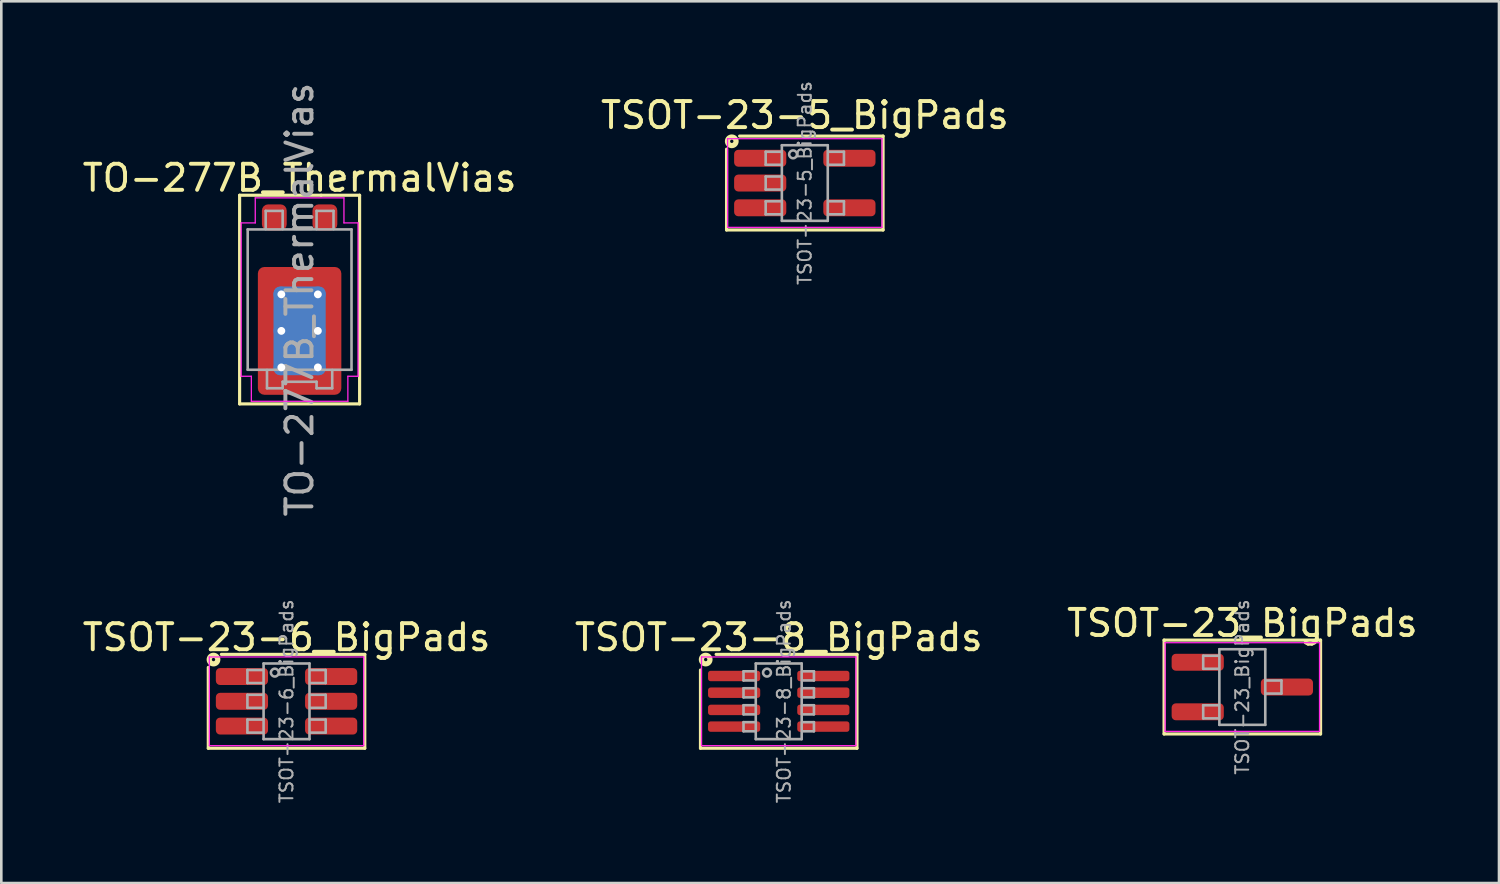
<source format=kicad_pcb>
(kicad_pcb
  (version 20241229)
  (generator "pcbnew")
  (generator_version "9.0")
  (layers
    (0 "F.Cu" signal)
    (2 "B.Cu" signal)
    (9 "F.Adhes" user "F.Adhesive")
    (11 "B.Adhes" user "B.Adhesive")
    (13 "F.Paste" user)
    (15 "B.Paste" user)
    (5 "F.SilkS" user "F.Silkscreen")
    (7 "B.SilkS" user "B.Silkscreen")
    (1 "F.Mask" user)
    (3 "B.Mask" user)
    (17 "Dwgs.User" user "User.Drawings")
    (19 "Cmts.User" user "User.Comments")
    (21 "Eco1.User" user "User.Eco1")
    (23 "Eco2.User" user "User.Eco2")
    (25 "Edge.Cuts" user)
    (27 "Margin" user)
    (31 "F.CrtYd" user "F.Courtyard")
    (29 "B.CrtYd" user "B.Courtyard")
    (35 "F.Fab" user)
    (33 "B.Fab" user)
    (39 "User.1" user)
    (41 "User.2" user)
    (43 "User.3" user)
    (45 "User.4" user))
  (footprint "TSOT-23-8_BigPads"
    (layer "F.Cu")
    (at 26.804 23.836)
    (property "Reference" "TSOT-23-8_BigPads" (at 0 -2.45 0) (layer "F.SilkS") (effects (font (size 1 1) (thickness 0.15))))
    (attr smd)
    (fp_line (start -3 -1.2) (end -3 1.8) (stroke (width 0.12) (type solid)) (layer "F.SilkS"))
    (fp_line (start -3 1.8) (end 3 1.8) (stroke (width 0.12) (type solid)) (layer "F.SilkS"))
    (fp_line (start 3 -1.8) (end -2.4 -1.8) (stroke (width 0.12) (type solid)) (layer "F.SilkS"))
    (fp_line (start 3 1.8) (end 3 -1.8) (stroke (width 0.12) (type solid)) (layer "F.SilkS"))
    (fp_circle (center -2.8 -1.6) (end -2.736 -1.6) (stroke (width 0.2) (type solid)) (fill no) (layer "F.SilkS"))
    (fp_line (start -2.96 -1.7) (end -2.96 1.7) (stroke (width 0.05) (type solid)) (layer "F.CrtYd"))
    (fp_line (start -2.96 -1.7) (end 2.96 -1.7) (stroke (width 0.05) (type solid)) (layer "F.CrtYd"))
    (fp_line (start 2.96 1.7) (end -2.96 1.7) (stroke (width 0.05) (type solid)) (layer "F.CrtYd"))
    (fp_line (start 2.96 1.7) (end 2.96 -1.7) (stroke (width 0.05) (type solid)) (layer "F.CrtYd"))
    (fp_line (start -1.35 -1.15) (end -1.35 -0.8) (stroke (width 0.1) (type solid)) (layer "F.Fab"))
    (fp_line (start -1.35 -0.8) (end -0.9 -0.8) (stroke (width 0.1) (type solid)) (layer "F.Fab"))
    (fp_line (start -1.35 -0.5) (end -1.35 -0.15) (stroke (width 0.1) (type solid)) (layer "F.Fab"))
    (fp_line (start -1.35 -0.15) (end -0.9 -0.15) (stroke (width 0.1) (type solid)) (layer "F.Fab"))
    (fp_line (start -1.35 0.15) (end -1.35 0.5) (stroke (width 0.1) (type solid)) (layer "F.Fab"))
    (fp_line (start -1.35 0.5) (end -0.9 0.5) (stroke (width 0.1) (type solid)) (layer "F.Fab"))
    (fp_line (start -1.35 0.8) (end -1.35 1.15) (stroke (width 0.1) (type solid)) (layer "F.Fab"))
    (fp_line (start -1.35 1.15) (end -0.9 1.15) (stroke (width 0.1) (type solid)) (layer "F.Fab"))
    (fp_line (start -0.9 -1.15) (end -1.35 -1.15) (stroke (width 0.1) (type solid)) (layer "F.Fab"))
    (fp_line (start -0.9 -0.5) (end -1.35 -0.5) (stroke (width 0.1) (type solid)) (layer "F.Fab"))
    (fp_line (start -0.9 0.15) (end -1.35 0.15) (stroke (width 0.1) (type solid)) (layer "F.Fab"))
    (fp_line (start -0.9 0.8) (end -1.35 0.8) (stroke (width 0.1) (type solid)) (layer "F.Fab"))
    (fp_line (start -0.88 -1.45) (end -0.88 1.45) (stroke (width 0.1) (type solid)) (layer "F.Fab"))
    (fp_line (start 0.88 -1.45) (end -0.88 -1.45) (stroke (width 0.1) (type solid)) (layer "F.Fab"))
    (fp_line (start 0.88 -1.45) (end 0.88 1.45) (stroke (width 0.1) (type solid)) (layer "F.Fab"))
    (fp_line (start 0.88 1.45) (end -0.88 1.45) (stroke (width 0.1) (type solid)) (layer "F.Fab"))
    (fp_line (start 0.9 -0.8) (end 1.35 -0.8) (stroke (width 0.1) (type solid)) (layer "F.Fab"))
    (fp_line (start 0.9 -0.15) (end 1.35 -0.15) (stroke (width 0.1) (type solid)) (layer "F.Fab"))
    (fp_line (start 0.9 0.5) (end 1.35 0.5) (stroke (width 0.1) (type solid)) (layer "F.Fab"))
    (fp_line (start 0.9 1.15) (end 1.35 1.15) (stroke (width 0.1) (type solid)) (layer "F.Fab"))
    (fp_line (start 1.35 -1.15) (end 0.9 -1.15) (stroke (width 0.1) (type solid)) (layer "F.Fab"))
    (fp_line (start 1.35 -0.8) (end 1.35 -1.15) (stroke (width 0.1) (type solid)) (layer "F.Fab"))
    (fp_line (start 1.35 -0.5) (end 0.9 -0.5) (stroke (width 0.1) (type solid)) (layer "F.Fab"))
    (fp_line (start 1.35 -0.15) (end 1.35 -0.5) (stroke (width 0.1) (type solid)) (layer "F.Fab"))
    (fp_line (start 1.35 0.15) (end 0.9 0.15) (stroke (width 0.1) (type solid)) (layer "F.Fab"))
    (fp_line (start 1.35 0.5) (end 1.35 0.15) (stroke (width 0.1) (type solid)) (layer "F.Fab"))
    (fp_line (start 1.35 0.8) (end 0.9 0.8) (stroke (width 0.1) (type solid)) (layer "F.Fab"))
    (fp_line (start 1.35 1.15) (end 1.35 0.8) (stroke (width 0.1) (type solid)) (layer "F.Fab"))
    (fp_circle (center -0.45 -1.1) (end -0.3 -1.1) (stroke (width 0.1) (type solid)) (fill no) (layer "F.Fab"))
    (fp_text user "${REFERENCE}" (at 0.2 0 90) (layer "F.Fab") (effects (font (size 0.5 0.5) (thickness 0.075))))
    (pad "1" smd roundrect (at -1.71 -0.97) (size 2 0.4) (layers "F.Cu" "F.Mask" "F.Paste") (roundrect_rratio 0.25))
    (pad "2" smd roundrect (at -1.71 -0.33) (size 2 0.4) (layers "F.Cu" "F.Mask" "F.Paste") (roundrect_rratio 0.25))
    (pad "3" smd roundrect (at -1.71 0.33) (size 2 0.4) (layers "F.Cu" "F.Mask" "F.Paste") (roundrect_rratio 0.25))
    (pad "4" smd roundrect (at -1.71 0.97) (size 2 0.4) (layers "F.Cu" "F.Mask" "F.Paste") (roundrect_rratio 0.25))
    (pad "5" smd roundrect (at 1.71 0.97) (size 2 0.4) (layers "F.Cu" "F.Mask" "F.Paste") (roundrect_rratio 0.25))
    (pad "6" smd roundrect (at 1.71 0.33) (size 2 0.4) (layers "F.Cu" "F.Mask" "F.Paste") (roundrect_rratio 0.25))
    (pad "7" smd roundrect (at 1.71 -0.33) (size 2 0.4) (layers "F.Cu" "F.Mask" "F.Paste") (roundrect_rratio 0.25))
    (pad "8" smd roundrect (at 1.71 -0.97) (size 2 0.4) (layers "F.Cu" "F.Mask" "F.Paste") (roundrect_rratio 0.25)))
  (footprint "TO-277B_ThermalVias"
    (layer "F.Cu")
    (at 8.436 8.435)
    (property "Reference" "TO-277B_ThermalVias" (at -0.002 -4.663 180) (layer "F.SilkS") (effects (font (size 1 1) (thickness 0.15))))
    (attr smd)
    (fp_line (start -2.3 -4) (end -2.3 4) (stroke (width 0.12) (type solid)) (layer "F.SilkS"))
    (fp_line (start -2.3 4) (end 2.3 4) (stroke (width 0.12) (type solid)) (layer "F.SilkS"))
    (fp_line (start 0.824 -4) (end -2.3 -4) (stroke (width 0.12) (type solid)) (layer "F.SilkS"))
    (fp_line (start 2.3 -4) (end 0.824 -4) (stroke (width 0.12) (type solid)) (layer "F.SilkS"))
    (fp_line (start 2.3 4) (end 2.3 -4) (stroke (width 0.12) (type solid)) (layer "F.SilkS"))
    (fp_line (start -2.24 -2.94) (end -2.24 2.94) (stroke (width 0.05) (type solid)) (layer "F.CrtYd"))
    (fp_line (start -2.24 -2.94) (end -1.7 -2.94) (stroke (width 0.05) (type solid)) (layer "F.CrtYd"))
    (fp_line (start -2.24 2.94) (end -1.85 2.94) (stroke (width 0.05) (type solid)) (layer "F.CrtYd"))
    (fp_line (start -1.85 3.9) (end -1.85 2.94) (stroke (width 0.05) (type solid)) (layer "F.CrtYd"))
    (fp_line (start -1.7 -3.9) (end 1.7 -3.9) (stroke (width 0.05) (type solid)) (layer "F.CrtYd"))
    (fp_line (start -1.7 -2.94) (end -1.7 -3.9) (stroke (width 0.05) (type solid)) (layer "F.CrtYd"))
    (fp_line (start 1.7 -2.94) (end 1.7 -3.9) (stroke (width 0.05) (type solid)) (layer "F.CrtYd"))
    (fp_line (start 1.7 -2.94) (end 2.24 -2.94) (stroke (width 0.05) (type solid)) (layer "F.CrtYd"))
    (fp_line (start 1.85 2.94) (end 2.24 2.94) (stroke (width 0.05) (type solid)) (layer "F.CrtYd"))
    (fp_line (start 1.85 3.9) (end -1.85 3.9) (stroke (width 0.05) (type solid)) (layer "F.CrtYd"))
    (fp_line (start 1.85 3.9) (end 1.85 2.94) (stroke (width 0.05) (type solid)) (layer "F.CrtYd"))
    (fp_line (start 2.24 2.94) (end 2.24 -2.94) (stroke (width 0.05) (type solid)) (layer "F.CrtYd"))
    (fp_line (start -1.99 -2.69) (end -1.99 2.69) (stroke (width 0.1) (type solid)) (layer "F.Fab"))
    (fp_line (start -1.99 2.69) (end 1.99 2.69) (stroke (width 0.1) (type solid)) (layer "F.Fab"))
    (fp_line (start -1.3 -3.4) (end -0.65 -3.4) (stroke (width 0.1) (type solid)) (layer "F.Fab"))
    (fp_line (start -1.3 -2.7) (end -1.3 -3.4) (stroke (width 0.1) (type solid)) (layer "F.Fab"))
    (fp_line (start -1.25 2.7) (end -1.25 3.4) (stroke (width 0.1) (type solid)) (layer "F.Fab"))
    (fp_line (start -1.25 3.4) (end -0.65 3.4) (stroke (width 0.1) (type solid)) (layer "F.Fab"))
    (fp_line (start -0.65 -3.4) (end -0.65 -2.7) (stroke (width 0.1) (type solid)) (layer "F.Fab"))
    (fp_line (start -0.65 3.4) (end -0.65 3.15) (stroke (width 0.1) (type solid)) (layer "F.Fab"))
    (fp_line (start 0.65 -3.4) (end 1.3 -3.4) (stroke (width 0.1) (type solid)) (layer "F.Fab"))
    (fp_line (start 0.65 -2.7) (end 0.65 -3.4) (stroke (width 0.1) (type solid)) (layer "F.Fab"))
    (fp_line (start 0.65 3.15) (end -0.65 3.15) (stroke (width 0.1) (type solid)) (layer "F.Fab"))
    (fp_line (start 0.65 3.4) (end 0.65 3.15) (stroke (width 0.1) (type solid)) (layer "F.Fab"))
    (fp_line (start 1.25 2.7) (end 1.25 3.4) (stroke (width 0.1) (type solid)) (layer "F.Fab"))
    (fp_line (start 1.25 3.4) (end 0.65 3.4) (stroke (width 0.1) (type solid)) (layer "F.Fab"))
    (fp_line (start 1.3 -3.4) (end 1.3 -2.7) (stroke (width 0.1) (type solid)) (layer "F.Fab"))
    (fp_line (start 1.99 -2.69) (end -1.99 -2.69) (stroke (width 0.1) (type solid)) (layer "F.Fab"))
    (fp_line (start 1.99 2.69) (end 1.99 -2.69) (stroke (width 0.1) (type solid)) (layer "F.Fab"))
    (fp_text user "${REFERENCE}" (at 0 0 90) (layer "F.Fab") (effects (font (size 1 1) (thickness 0.15))))
    (pad "" smd roundrect (at -1.137 -0.725) (size 0.675 0.85) (layers "F.Paste") (roundrect_rratio 0.25))
    (pad "" smd roundrect (at -1.137 0.5) (size 0.675 1.2) (layers "F.Paste") (roundrect_rratio 0.25))
    (pad "" smd roundrect (at -1.137 1.9) (size 0.675 1.2) (layers "F.Paste") (roundrect_rratio 0.25))
    (pad "" smd roundrect (at -1.137 3.125) (size 0.675 0.85) (layers "F.Paste") (roundrect_rratio 0.25))
    (pad "" smd roundrect (at 0 -0.725) (size 1.2 0.85) (layers "F.Paste") (roundrect_rratio 0.25))
    (pad "" smd roundrect (at 0 0.5) (size 1.2 1.2) (layers "F.Paste") (roundrect_rratio 0.208))
    (pad "" smd roundrect (at 0 1.9) (size 1.2 1.2) (layers "F.Paste") (roundrect_rratio 0.208))
    (pad "" smd roundrect (at 0 3.125) (size 1.2 0.85) (layers "F.Paste") (roundrect_rratio 0.25))
    (pad "" smd roundrect (at 1.137 -0.725) (size 0.675 0.85) (layers "F.Paste") (roundrect_rratio 0.25))
    (pad "" smd roundrect (at 1.137 0.5) (size 0.675 1.2) (layers "F.Paste") (roundrect_rratio 0.25))
    (pad "" smd roundrect (at 1.137 1.9) (size 0.675 1.2) (layers "F.Paste") (roundrect_rratio 0.25))
    (pad "" smd roundrect (at 1.137 3.125) (size 0.675 0.85) (layers "F.Paste") (roundrect_rratio 0.25))
    (pad "1" smd roundrect (at -0.97 -3.15) (size 0.95 1) (layers "F.Cu" "F.Mask" "F.Paste") (roundrect_rratio 0.25))
    (pad "2" smd roundrect (at 0.97 -3.15) (size 0.95 1) (layers "F.Cu" "F.Mask" "F.Paste") (roundrect_rratio 0.25))
    (pad "3" thru_hole circle (at -0.7 -0.2) (size 0.6 0.6) (drill 0.3) (property pad_prop_heatsink) (layers "*.Cu"))
    (pad "3" thru_hole circle (at -0.7 1.2) (size 0.6 0.6) (drill 0.3) (property pad_prop_heatsink) (layers "*.Cu"))
    (pad "3" thru_hole circle (at -0.7 2.6) (size 0.6 0.6) (drill 0.3) (property pad_prop_heatsink) (layers "*.Cu"))
    (pad "3" smd roundrect (at 0 1.2) (size 2 3.4) (layers "B.Cu" "B.Mask") (roundrect_rratio 0.125))
    (pad "3" smd roundrect (at 0 1.2) (size 3.2 4.9) (layers "F.Cu" "F.Mask") (roundrect_rratio 0.078))
    (pad "3" thru_hole circle (at 0.7 -0.2) (size 0.6 0.6) (drill 0.3) (property pad_prop_heatsink) (layers "*.Cu"))
    (pad "3" thru_hole circle (at 0.7 1.2) (size 0.6 0.6) (drill 0.3) (property pad_prop_heatsink) (layers "*.Cu"))
    (pad "3" thru_hole circle (at 0.7 2.6) (size 0.6 0.6) (drill 0.3) (property pad_prop_heatsink) (layers "*.Cu")))
  (footprint "TSOT-23-5_BigPads"
    (layer "F.Cu")
    (at 27.804 3.967)
    (property "Reference" "TSOT-23-5_BigPads" (at 0 -2.599 0) (layer "F.SilkS") (effects (font (size 1 1) (thickness 0.15))))
    (attr smd)
    (fp_line (start -3 -1.3) (end -3 1.8) (stroke (width 0.12) (type solid)) (layer "F.SilkS"))
    (fp_line (start -3 1.8) (end 3 1.8) (stroke (width 0.12) (type solid)) (layer "F.SilkS"))
    (fp_line (start 3 -1.8) (end -2.5 -1.8) (stroke (width 0.12) (type solid)) (layer "F.SilkS"))
    (fp_line (start 3 1.8) (end 3 -1.8) (stroke (width 0.12) (type solid)) (layer "F.SilkS"))
    (fp_circle (center -2.8 -1.6) (end -2.736 -1.6) (stroke (width 0.2) (type solid)) (fill no) (layer "F.SilkS"))
    (fp_line (start -2.96 -1.7) (end -2.96 1.7) (stroke (width 0.05) (type solid)) (layer "F.CrtYd"))
    (fp_line (start -2.96 -1.7) (end 2.96 -1.7) (stroke (width 0.05) (type solid)) (layer "F.CrtYd"))
    (fp_line (start 2.96 1.7) (end -2.96 1.7) (stroke (width 0.05) (type solid)) (layer "F.CrtYd"))
    (fp_line (start 2.96 1.7) (end 2.96 -1.7) (stroke (width 0.05) (type solid)) (layer "F.CrtYd"))
    (fp_line (start -1.5 -1.2) (end -1.5 -0.7) (stroke (width 0.1) (type solid)) (layer "F.Fab"))
    (fp_line (start -1.5 -0.7) (end -0.9 -0.7) (stroke (width 0.1) (type solid)) (layer "F.Fab"))
    (fp_line (start -1.5 -0.25) (end -1.5 0.25) (stroke (width 0.1) (type solid)) (layer "F.Fab"))
    (fp_line (start -1.5 0.25) (end -0.9 0.25) (stroke (width 0.1) (type solid)) (layer "F.Fab"))
    (fp_line (start -1.5 0.7) (end -1.5 1.2) (stroke (width 0.1) (type solid)) (layer "F.Fab"))
    (fp_line (start -1.5 1.2) (end -0.9 1.2) (stroke (width 0.1) (type solid)) (layer "F.Fab"))
    (fp_line (start -0.9 -1.2) (end -1.5 -1.2) (stroke (width 0.1) (type solid)) (layer "F.Fab"))
    (fp_line (start -0.9 -0.25) (end -1.5 -0.25) (stroke (width 0.1) (type solid)) (layer "F.Fab"))
    (fp_line (start -0.9 0.7) (end -1.5 0.7) (stroke (width 0.1) (type solid)) (layer "F.Fab"))
    (fp_line (start -0.88 -1.45) (end -0.88 1.45) (stroke (width 0.1) (type solid)) (layer "F.Fab"))
    (fp_line (start 0.88 -1.45) (end -0.88 -1.45) (stroke (width 0.1) (type solid)) (layer "F.Fab"))
    (fp_line (start 0.88 -1.45) (end 0.88 1.45) (stroke (width 0.1) (type solid)) (layer "F.Fab"))
    (fp_line (start 0.88 1.45) (end -0.88 1.45) (stroke (width 0.1) (type solid)) (layer "F.Fab"))
    (fp_line (start 0.9 -0.7) (end 1.5 -0.7) (stroke (width 0.1) (type solid)) (layer "F.Fab"))
    (fp_line (start 0.9 1.2) (end 1.5 1.2) (stroke (width 0.1) (type solid)) (layer "F.Fab"))
    (fp_line (start 1.5 -1.2) (end 0.9 -1.2) (stroke (width 0.1) (type solid)) (layer "F.Fab"))
    (fp_line (start 1.5 -0.7) (end 1.5 -1.2) (stroke (width 0.1) (type solid)) (layer "F.Fab"))
    (fp_line (start 1.5 0.7) (end 0.9 0.7) (stroke (width 0.1) (type solid)) (layer "F.Fab"))
    (fp_line (start 1.5 1.2) (end 1.5 0.7) (stroke (width 0.1) (type solid)) (layer "F.Fab"))
    (fp_circle (center -0.45 -1.1) (end -0.3 -1.1) (stroke (width 0.1) (type solid)) (fill no) (layer "F.Fab"))
    (fp_text user "${REFERENCE}" (at 0 0 90) (layer "F.Fab") (effects (font (size 0.5 0.5) (thickness 0.075))))
    (pad "1" smd roundrect (at -1.71 -0.95) (size 2 0.65) (layers "F.Cu" "F.Mask" "F.Paste") (roundrect_rratio 0.25))
    (pad "2" smd roundrect (at -1.71 0) (size 2 0.65) (layers "F.Cu" "F.Mask" "F.Paste") (roundrect_rratio 0.25))
    (pad "3" smd roundrect (at -1.71 0.95) (size 2 0.65) (layers "F.Cu" "F.Mask" "F.Paste") (roundrect_rratio 0.25))
    (pad "4" smd roundrect (at 1.71 0.95) (size 2 0.65) (layers "F.Cu" "F.Mask" "F.Paste") (roundrect_rratio 0.25))
    (pad "5" smd roundrect (at 1.71 -0.95) (size 2 0.65) (layers "F.Cu" "F.Mask" "F.Paste") (roundrect_rratio 0.25)))
  (footprint "TSOT-23-6_BigPads"
    (layer "F.Cu")
    (at 7.935 23.836)
    (property "Reference" "TSOT-23-6_BigPads" (at 0 -2.45 0) (layer "F.SilkS") (effects (font (size 1 1) (thickness 0.15))))
    (attr smd)
    (fp_line (start -3 -1.3) (end -3 1.8) (stroke (width 0.12) (type solid)) (layer "F.SilkS"))
    (fp_line (start -3 1.8) (end 3 1.8) (stroke (width 0.12) (type solid)) (layer "F.SilkS"))
    (fp_line (start 3 -1.8) (end -2.5 -1.8) (stroke (width 0.12) (type solid)) (layer "F.SilkS"))
    (fp_line (start 3 1.8) (end 3 -1.8) (stroke (width 0.12) (type solid)) (layer "F.SilkS"))
    (fp_circle (center -2.8 -1.6) (end -2.736 -1.6) (stroke (width 0.2) (type solid)) (fill no) (layer "F.SilkS"))
    (fp_line (start -2.96 -1.7) (end -2.96 1.7) (stroke (width 0.05) (type solid)) (layer "F.CrtYd"))
    (fp_line (start -2.96 -1.7) (end 2.96 -1.7) (stroke (width 0.05) (type solid)) (layer "F.CrtYd"))
    (fp_line (start 2.96 1.7) (end -2.96 1.7) (stroke (width 0.05) (type solid)) (layer "F.CrtYd"))
    (fp_line (start 2.96 1.7) (end 2.96 -1.7) (stroke (width 0.05) (type solid)) (layer "F.CrtYd"))
    (fp_line (start -1.5 -1.2) (end -1.5 -0.7) (stroke (width 0.1) (type solid)) (layer "F.Fab"))
    (fp_line (start -1.5 -0.7) (end -0.9 -0.7) (stroke (width 0.1) (type solid)) (layer "F.Fab"))
    (fp_line (start -1.5 -0.25) (end -1.5 0.25) (stroke (width 0.1) (type solid)) (layer "F.Fab"))
    (fp_line (start -1.5 0.25) (end -0.9 0.25) (stroke (width 0.1) (type solid)) (layer "F.Fab"))
    (fp_line (start -1.5 0.7) (end -1.5 1.2) (stroke (width 0.1) (type solid)) (layer "F.Fab"))
    (fp_line (start -1.5 1.2) (end -0.9 1.2) (stroke (width 0.1) (type solid)) (layer "F.Fab"))
    (fp_line (start -0.9 -1.2) (end -1.5 -1.2) (stroke (width 0.1) (type solid)) (layer "F.Fab"))
    (fp_line (start -0.9 -0.25) (end -1.5 -0.25) (stroke (width 0.1) (type solid)) (layer "F.Fab"))
    (fp_line (start -0.9 0.7) (end -1.5 0.7) (stroke (width 0.1) (type solid)) (layer "F.Fab"))
    (fp_line (start -0.88 -1.45) (end -0.88 1.45) (stroke (width 0.1) (type solid)) (layer "F.Fab"))
    (fp_line (start 0.88 -1.45) (end -0.88 -1.45) (stroke (width 0.1) (type solid)) (layer "F.Fab"))
    (fp_line (start 0.88 -1.45) (end 0.88 1.45) (stroke (width 0.1) (type solid)) (layer "F.Fab"))
    (fp_line (start 0.88 1.45) (end -0.88 1.45) (stroke (width 0.1) (type solid)) (layer "F.Fab"))
    (fp_line (start 0.9 -0.7) (end 1.5 -0.7) (stroke (width 0.1) (type solid)) (layer "F.Fab"))
    (fp_line (start 0.9 0.25) (end 1.5 0.25) (stroke (width 0.1) (type solid)) (layer "F.Fab"))
    (fp_line (start 0.9 1.2) (end 1.5 1.2) (stroke (width 0.1) (type solid)) (layer "F.Fab"))
    (fp_line (start 1.5 -1.2) (end 0.9 -1.2) (stroke (width 0.1) (type solid)) (layer "F.Fab"))
    (fp_line (start 1.5 -0.7) (end 1.5 -1.2) (stroke (width 0.1) (type solid)) (layer "F.Fab"))
    (fp_line (start 1.5 -0.25) (end 0.9 -0.25) (stroke (width 0.1) (type solid)) (layer "F.Fab"))
    (fp_line (start 1.5 0.25) (end 1.5 -0.25) (stroke (width 0.1) (type solid)) (layer "F.Fab"))
    (fp_line (start 1.5 0.7) (end 0.9 0.7) (stroke (width 0.1) (type solid)) (layer "F.Fab"))
    (fp_line (start 1.5 1.2) (end 1.5 0.7) (stroke (width 0.1) (type solid)) (layer "F.Fab"))
    (fp_circle (center -0.45 -1.1) (end -0.3 -1.1) (stroke (width 0.1) (type solid)) (fill no) (layer "F.Fab"))
    (fp_text user "${REFERENCE}" (at 0 0 90) (layer "F.Fab") (effects (font (size 0.5 0.5) (thickness 0.075))))
    (pad "1" smd roundrect (at -1.71 -0.95) (size 2 0.65) (layers "F.Cu" "F.Mask" "F.Paste") (roundrect_rratio 0.25))
    (pad "2" smd roundrect (at -1.71 0) (size 2 0.65) (layers "F.Cu" "F.Mask" "F.Paste") (roundrect_rratio 0.25))
    (pad "3" smd roundrect (at -1.71 0.95) (size 2 0.65) (layers "F.Cu" "F.Mask" "F.Paste") (roundrect_rratio 0.25))
    (pad "4" smd roundrect (at 1.71 0.95) (size 2 0.65) (layers "F.Cu" "F.Mask" "F.Paste") (roundrect_rratio 0.25))
    (pad "5" smd roundrect (at 1.71 0) (size 2 0.65) (layers "F.Cu" "F.Mask" "F.Paste") (roundrect_rratio 0.25))
    (pad "6" smd roundrect (at 1.71 -0.95) (size 2 0.65) (layers "F.Cu" "F.Mask" "F.Paste") (roundrect_rratio 0.25)))
  (footprint "TSOT-23_BigPads"
    (layer "F.Cu")
    (at 44.577 23.289)
    (property "Reference" "TSOT-23_BigPads" (at 0 -2.45 0) (layer "F.SilkS") (effects (font (size 1 1) (thickness 0.15))))
    (attr smd)
    (fp_line (start -3 -1.8) (end -3 1.8) (stroke (width 0.12) (type solid)) (layer "F.SilkS"))
    (fp_line (start -3 1.8) (end 3 1.8) (stroke (width 0.12) (type solid)) (layer "F.SilkS"))
    (fp_line (start 3 -1.8) (end -3 -1.8) (stroke (width 0.12) (type solid)) (layer "F.SilkS"))
    (fp_line (start 3 1.8) (end 3 -1.8) (stroke (width 0.12) (type solid)) (layer "F.SilkS"))
    (fp_line (start -2.96 -1.7) (end -2.96 1.7) (stroke (width 0.05) (type solid)) (layer "F.CrtYd"))
    (fp_line (start -2.96 -1.7) (end 2.96 -1.7) (stroke (width 0.05) (type solid)) (layer "F.CrtYd"))
    (fp_line (start 2.96 1.7) (end -2.96 1.7) (stroke (width 0.05) (type solid)) (layer "F.CrtYd"))
    (fp_line (start 2.96 1.7) (end 2.96 -1.7) (stroke (width 0.05) (type solid)) (layer "F.CrtYd"))
    (fp_line (start -1.5 -1.2) (end -1.5 -0.7) (stroke (width 0.1) (type solid)) (layer "F.Fab"))
    (fp_line (start -1.5 -0.7) (end -0.9 -0.7) (stroke (width 0.1) (type solid)) (layer "F.Fab"))
    (fp_line (start -1.5 0.7) (end -1.5 1.2) (stroke (width 0.1) (type solid)) (layer "F.Fab"))
    (fp_line (start -1.5 1.2) (end -0.9 1.2) (stroke (width 0.1) (type solid)) (layer "F.Fab"))
    (fp_line (start -0.9 -1.2) (end -1.5 -1.2) (stroke (width 0.1) (type solid)) (layer "F.Fab"))
    (fp_line (start -0.9 0.7) (end -1.5 0.7) (stroke (width 0.1) (type solid)) (layer "F.Fab"))
    (fp_line (start -0.88 -1.45) (end -0.88 1.45) (stroke (width 0.1) (type solid)) (layer "F.Fab"))
    (fp_line (start 0.88 -1.45) (end -0.88 -1.45) (stroke (width 0.1) (type solid)) (layer "F.Fab"))
    (fp_line (start 0.88 -1.45) (end 0.88 1.45) (stroke (width 0.1) (type solid)) (layer "F.Fab"))
    (fp_line (start 0.88 1.45) (end -0.88 1.45) (stroke (width 0.1) (type solid)) (layer "F.Fab"))
    (fp_line (start 0.9 0.25) (end 1.5 0.25) (stroke (width 0.1) (type solid)) (layer "F.Fab"))
    (fp_line (start 1.5 -0.25) (end 0.9 -0.25) (stroke (width 0.1) (type solid)) (layer "F.Fab"))
    (fp_line (start 1.5 0.25) (end 1.5 -0.25) (stroke (width 0.1) (type solid)) (layer "F.Fab"))
    (fp_text user "${REFERENCE}" (at 0 0 90) (layer "F.Fab") (effects (font (size 0.5 0.5) (thickness 0.075))))
    (pad "1" smd roundrect (at -1.71 -0.95) (size 2 0.65) (layers "F.Cu" "F.Mask" "F.Paste") (roundrect_rratio 0.25))
    (pad "2" smd roundrect (at -1.71 0.95) (size 2 0.65) (layers "F.Cu" "F.Mask" "F.Paste") (roundrect_rratio 0.25))
    (pad "3" smd roundrect (at 1.71 0) (size 2 0.65) (layers "F.Cu" "F.Mask" "F.Paste") (roundrect_rratio 0.25)))
  (gr_rect
    (start -3 -3)
    (end 54.417 30.804)
    (stroke (width 0.1) (type default))
    (fill no)
    (layer "Edge.Cuts")))
</source>
